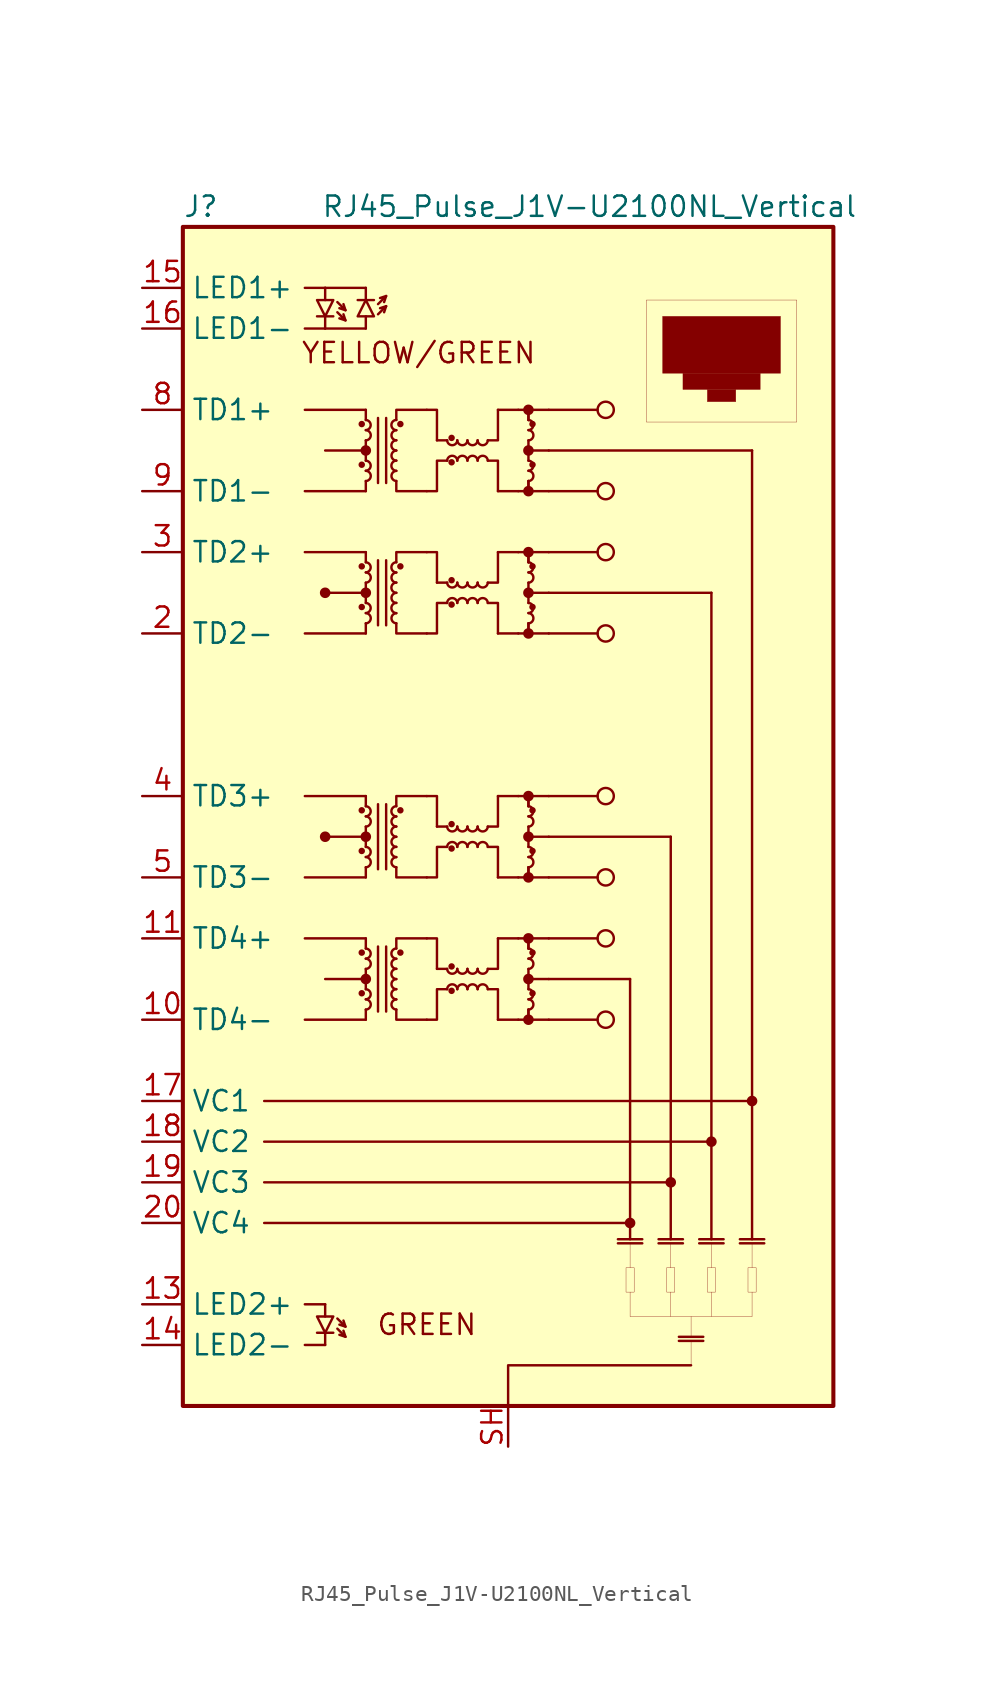
<source format=kicad_sym>
(kicad_symbol_lib
  (version 20241209)
  (generator "kicad_symbol_editor")
  (generator_version "9.0")
  (symbol "RJ45_Pulse_J1V-U2100NL_Vertical"
    (property "Reference" "J"
      (at -20.32 38.1 0)
      (effects (font (size 1.27 1.27)) (justify left)))
    (property "Value" "RJ45_Pulse_J1V-U2100NL_Vertical"
      (at 5.08 38.1 0)
      (effects (font (size 1.27 1.27))))
    (symbol "RJ45_Pulse_J1V-U2100NL_Vertical_0_0"
      (rectangle (start 7.366 -28.194) (end 7.874 -29.718) (stroke (width 0.001) (type default)) (fill (type none)))
      (polyline (pts (xy 7.62 -26.67) (xy 7.62 -28.194)) (stroke (width 0.001) (type default)) (fill (type none)))
      (polyline (pts (xy 7.62 -29.718) (xy 7.62 -31.242)) (stroke (width 0.001) (type default)) (fill (type none)))
      (polyline (pts (xy 7.62 -31.242) (xy 15.24 -31.242)) (stroke (width 0.001) (type default)) (fill (type none)))
      (rectangle (start 8.636 32.258) (end 18.034 24.638) (stroke (width 0.001) (type default)) (fill (type none)))
      (rectangle (start 9.652 31.242) (end 17.018 27.686) (stroke (width 0.001) (type default)) (fill (type outline)))
      (rectangle (start 9.906 -28.194) (end 10.414 -29.718) (stroke (width 0.001) (type default)) (fill (type none)))
      (polyline (pts (xy 10.16 -26.67) (xy 10.16 -28.194)) (stroke (width 0.001) (type default)) (fill (type none)))
      (polyline (pts (xy 10.16 -29.718) (xy 10.16 -31.242)) (stroke (width 0.001) (type default)) (fill (type none)))
      (rectangle (start 10.922 27.686) (end 15.748 26.67) (stroke (width 0.001) (type default)) (fill (type outline)))
      (polyline (pts (xy 11.43 -32.512) (xy 11.43 -31.242)) (stroke (width 0.001) (type default)) (fill (type none)))
      (polyline (pts (xy 11.43 -34.29) (xy 11.43 -32.766)) (stroke (width 0.001) (type default)) (fill (type none)))
      (rectangle (start 12.446 26.67) (end 14.224 25.908) (stroke (width 0.001) (type default)) (fill (type outline)))
      (rectangle (start 12.446 -28.194) (end 12.954 -29.718) (stroke (width 0.001) (type default)) (fill (type none)))
      (polyline (pts (xy 12.7 -26.67) (xy 12.7 -28.194)) (stroke (width 0.001) (type default)) (fill (type none)))
      (polyline (pts (xy 12.7 -29.718) (xy 12.7 -31.242)) (stroke (width 0.001) (type default)) (fill (type none)))
      (rectangle (start 14.986 -28.194) (end 15.494 -29.718) (stroke (width 0.001) (type default)) (fill (type none)))
      (polyline (pts (xy 15.24 -26.67) (xy 15.24 -28.194)) (stroke (width 0.001) (type default)) (fill (type none)))
      (polyline (pts (xy 15.24 -29.718) (xy 15.24 -31.242)) (stroke (width 0.001) (type default)) (fill (type none))))
    (symbol "RJ45_Pulse_J1V-U2100NL_Vertical_0_1"
      (rectangle (start -20.32 36.83) (end 20.32 -36.83) (stroke (width 0.254) (type default)) (fill (type background)))
      (polyline (pts (xy -15.24 -17.78) (xy 15.24 -17.78)) (stroke (width 0) (type default)) (fill (type none)))
      (polyline (pts (xy -15.24 -20.32) (xy 12.7 -20.32)) (stroke (width 0) (type default)) (fill (type none)))
      (polyline (pts (xy -15.24 -22.86) (xy 10.16 -22.86)) (stroke (width 0) (type default)) (fill (type none)))
      (polyline (pts (xy -15.24 -25.4) (xy 7.62 -25.4)) (stroke (width 0) (type default)) (fill (type none)))
      (polyline (pts (xy -12.7 25.4) (xy -8.89 25.4)) (stroke (width 0) (type default)) (fill (type none)))
      (polyline (pts (xy -12.7 20.32) (xy -8.89 20.32)) (stroke (width 0) (type default)) (fill (type none)))
      (polyline (pts (xy -12.7 16.51) (xy -8.89 16.51)) (stroke (width 0) (type default)) (fill (type none)))
      (polyline (pts (xy -12.7 11.43) (xy -8.89 11.43)) (stroke (width 0) (type default)) (fill (type none)))
      (polyline (pts (xy -12.7 1.27) (xy -8.89 1.27)) (stroke (width 0) (type default)) (fill (type none)))
      (polyline (pts (xy -12.7 -3.81) (xy -8.89 -3.81)) (stroke (width 0) (type default)) (fill (type none)))
      (polyline (pts (xy -12.7 -7.62) (xy -8.89 -7.62)) (stroke (width 0) (type default)) (fill (type none)))
      (polyline (pts (xy -12.7 -12.7) (xy -8.89 -12.7)) (stroke (width 0) (type default)) (fill (type none)))
      (polyline (pts (xy -11.43 22.86) (xy -8.89 22.86)) (stroke (width 0) (type default)) (fill (type none)))
      (circle (center -11.43 13.97) (radius 0.254) (stroke (width 0) (type default)) (fill (type outline)))
      (polyline (pts (xy -11.43 13.97) (xy -8.89 13.97)) (stroke (width 0) (type default)) (fill (type none)))
      (circle (center -11.43 -1.27) (radius 0.254) (stroke (width 0) (type default)) (fill (type outline)))
      (polyline (pts (xy -11.43 -1.27) (xy -8.89 -1.27)) (stroke (width 0) (type default)) (fill (type none)))
      (polyline (pts (xy -11.43 -10.16) (xy -8.89 -10.16)) (stroke (width 0) (type default)) (fill (type none)))
      (circle (center -9.144 24.511) (radius 0.127) (stroke (width 0) (type default)) (fill (type outline)))
      (circle (center -9.144 21.971) (radius 0.127) (stroke (width 0) (type default)) (fill (type outline)))
      (circle (center -9.144 15.621) (radius 0.127) (stroke (width 0) (type default)) (fill (type outline)))
      (circle (center -9.144 13.081) (radius 0.127) (stroke (width 0) (type default)) (fill (type outline)))
      (circle (center -9.144 0.381) (radius 0.127) (stroke (width 0) (type default)) (fill (type outline)))
      (circle (center -9.144 -2.159) (radius 0.127) (stroke (width 0) (type default)) (fill (type outline)))
      (circle (center -9.144 -8.509) (radius 0.127) (stroke (width 0) (type default)) (fill (type outline)))
      (circle (center -9.144 -11.049) (radius 0.127) (stroke (width 0) (type default)) (fill (type outline)))
      (arc (start -8.89 24.765) (mid -8.5849 24.4475) (end -8.89 24.13) (stroke (width 0) (type default)) (fill (type none)))
      (arc (start -8.89 24.13) (mid -8.5849 23.8125) (end -8.89 23.495) (stroke (width 0) (type default)) (fill (type none)))
      (arc (start -8.89 22.225) (mid -8.5849 21.9075) (end -8.89 21.59) (stroke (width 0) (type default)) (fill (type none)))
      (arc (start -8.89 21.59) (mid -8.5849 21.2725) (end -8.89 20.955) (stroke (width 0) (type default)) (fill (type none)))
      (arc (start -8.89 15.875) (mid -8.5849 15.5575) (end -8.89 15.24) (stroke (width 0) (type default)) (fill (type none)))
      (arc (start -8.89 15.24) (mid -8.5849 14.9225) (end -8.89 14.605) (stroke (width 0) (type default)) (fill (type none)))
      (arc (start -8.89 13.335) (mid -8.5849 13.0175) (end -8.89 12.7) (stroke (width 0) (type default)) (fill (type none)))
      (arc (start -8.89 12.7) (mid -8.5849 12.3825) (end -8.89 12.065) (stroke (width 0) (type default)) (fill (type none)))
      (arc (start -8.89 0.635) (mid -8.5849 0.3175) (end -8.89 0) (stroke (width 0) (type default)) (fill (type none)))
      (arc (start -8.89 0) (mid -8.5849 -0.3175) (end -8.89 -0.635) (stroke (width 0) (type default)) (fill (type none)))
      (arc (start -8.89 -1.905) (mid -8.5849 -2.2225) (end -8.89 -2.54) (stroke (width 0) (type default)) (fill (type none)))
      (arc (start -8.89 -2.54) (mid -8.5849 -2.8575) (end -8.89 -3.175) (stroke (width 0) (type default)) (fill (type none)))
      (arc (start -8.89 -8.255) (mid -8.5849 -8.5725) (end -8.89 -8.89) (stroke (width 0) (type default)) (fill (type none)))
      (arc (start -8.89 -8.89) (mid -8.5849 -9.2075) (end -8.89 -9.525) (stroke (width 0) (type default)) (fill (type none)))
      (arc (start -8.89 -10.795) (mid -8.5849 -11.1125) (end -8.89 -11.43) (stroke (width 0) (type default)) (fill (type none)))
      (arc (start -8.89 -11.43) (mid -8.5849 -11.7475) (end -8.89 -12.065) (stroke (width 0) (type default)) (fill (type none)))
      (polyline (pts (xy -8.89 25.4) (xy -8.89 24.765)) (stroke (width 0) (type default)) (fill (type none)))
      (circle (center -8.89 22.86) (radius 0.254) (stroke (width 0) (type default)) (fill (type outline)))
      (polyline (pts (xy -8.89 22.86) (xy -8.89 23.495)) (stroke (width 0) (type default)) (fill (type none)))
      (polyline (pts (xy -8.89 22.86) (xy -8.89 22.225)) (stroke (width 0) (type default)) (fill (type none)))
      (polyline (pts (xy -8.89 20.32) (xy -8.89 20.955)) (stroke (width 0) (type default)) (fill (type none)))
      (polyline (pts (xy -8.89 16.51) (xy -8.89 15.875)) (stroke (width 0) (type default)) (fill (type none)))
      (circle (center -8.89 13.97) (radius 0.254) (stroke (width 0) (type default)) (fill (type outline)))
      (polyline (pts (xy -8.89 13.97) (xy -8.89 14.605)) (stroke (width 0) (type default)) (fill (type none)))
      (polyline (pts (xy -8.89 13.97) (xy -8.89 13.335)) (stroke (width 0) (type default)) (fill (type none)))
      (polyline (pts (xy -8.89 11.43) (xy -8.89 12.065)) (stroke (width 0) (type default)) (fill (type none)))
      (polyline (pts (xy -8.89 1.27) (xy -8.89 0.635)) (stroke (width 0) (type default)) (fill (type none)))
      (circle (center -8.89 -1.27) (radius 0.254) (stroke (width 0) (type default)) (fill (type outline)))
      (polyline (pts (xy -8.89 -1.27) (xy -8.89 -0.635)) (stroke (width 0) (type default)) (fill (type none)))
      (polyline (pts (xy -8.89 -1.27) (xy -8.89 -1.905)) (stroke (width 0) (type default)) (fill (type none)))
      (polyline (pts (xy -8.89 -3.81) (xy -8.89 -3.175)) (stroke (width 0) (type default)) (fill (type none)))
      (polyline (pts (xy -8.89 -7.62) (xy -8.89 -8.255)) (stroke (width 0) (type default)) (fill (type none)))
      (circle (center -8.89 -10.16) (radius 0.254) (stroke (width 0) (type default)) (fill (type outline)))
      (polyline (pts (xy -8.89 -10.16) (xy -8.89 -9.525)) (stroke (width 0) (type default)) (fill (type none)))
      (polyline (pts (xy -8.89 -10.16) (xy -8.89 -10.795)) (stroke (width 0) (type default)) (fill (type none)))
      (polyline (pts (xy -8.89 -12.7) (xy -8.89 -12.065)) (stroke (width 0) (type default)) (fill (type none)))
      (polyline (pts (xy -8.128 20.828) (xy -8.128 24.892)) (stroke (width 0) (type default)) (fill (type none)))
      (polyline (pts (xy -8.128 11.938) (xy -8.128 16.002)) (stroke (width 0) (type default)) (fill (type none)))
      (polyline (pts (xy -8.128 -3.302) (xy -8.128 0.762)) (stroke (width 0) (type default)) (fill (type none)))
      (polyline (pts (xy -8.128 -12.192) (xy -8.128 -8.128)) (stroke (width 0) (type default)) (fill (type none)))
      (polyline (pts (xy -7.62 20.828) (xy -7.62 24.892)) (stroke (width 0) (type default)) (fill (type none)))
      (polyline (pts (xy -7.62 11.938) (xy -7.62 16.002)) (stroke (width 0) (type default)) (fill (type none)))
      (polyline (pts (xy -7.62 -3.302) (xy -7.62 0.762)) (stroke (width 0) (type default)) (fill (type none)))
      (polyline (pts (xy -7.62 -12.192) (xy -7.62 -8.128)) (stroke (width 0) (type default)) (fill (type none)))
      (polyline (pts (xy -6.985 24.765) (xy -6.985 25.4) (xy -5.08 25.4)) (stroke (width 0) (type default)) (fill (type none)))
      (polyline (pts (xy -6.985 20.955) (xy -6.985 20.32) (xy -5.08 20.32)) (stroke (width 0) (type default)) (fill (type none)))
      (polyline (pts (xy -6.985 15.875) (xy -6.985 16.51) (xy -5.08 16.51)) (stroke (width 0) (type default)) (fill (type none)))
      (polyline (pts (xy -6.985 12.065) (xy -6.985 11.43) (xy -5.08 11.43)) (stroke (width 0) (type default)) (fill (type none)))
      (polyline (pts (xy -6.985 0.635) (xy -6.985 1.27) (xy -5.08 1.27)) (stroke (width 0) (type default)) (fill (type none)))
      (polyline (pts (xy -6.985 -3.175) (xy -6.985 -3.81) (xy -5.08 -3.81)) (stroke (width 0) (type default)) (fill (type none)))
      (polyline (pts (xy -6.985 -8.255) (xy -6.985 -7.62) (xy -5.08 -7.62)) (stroke (width 0) (type default)) (fill (type none)))
      (polyline (pts (xy -6.985 -12.065) (xy -6.985 -12.7) (xy -5.08 -12.7)) (stroke (width 0) (type default)) (fill (type none)))
      (arc (start -6.985 24.13) (mid -7.2901 24.4475) (end -6.985 24.765) (stroke (width 0) (type default)) (fill (type none)))
      (arc (start -6.985 23.495) (mid -7.2901 23.8125) (end -6.985 24.13) (stroke (width 0) (type default)) (fill (type none)))
      (arc (start -6.985 22.86) (mid -7.2901 23.1775) (end -6.985 23.495) (stroke (width 0) (type default)) (fill (type none)))
      (arc (start -6.985 22.225) (mid -7.2901 22.5425) (end -6.985 22.86) (stroke (width 0) (type default)) (fill (type none)))
      (arc (start -6.985 21.59) (mid -7.2901 21.9075) (end -6.985 22.225) (stroke (width 0) (type default)) (fill (type none)))
      (arc (start -6.985 20.955) (mid -7.2901 21.2725) (end -6.985 21.59) (stroke (width 0) (type default)) (fill (type none)))
      (arc (start -6.985 15.24) (mid -7.2901 15.5575) (end -6.985 15.875) (stroke (width 0) (type default)) (fill (type none)))
      (arc (start -6.985 14.605) (mid -7.2901 14.9225) (end -6.985 15.24) (stroke (width 0) (type default)) (fill (type none)))
      (arc (start -6.985 13.97) (mid -7.2901 14.2875) (end -6.985 14.605) (stroke (width 0) (type default)) (fill (type none)))
      (arc (start -6.985 13.335) (mid -7.2901 13.6525) (end -6.985 13.97) (stroke (width 0) (type default)) (fill (type none)))
      (arc (start -6.985 12.7) (mid -7.2901 13.0175) (end -6.985 13.335) (stroke (width 0) (type default)) (fill (type none)))
      (arc (start -6.985 12.065) (mid -7.2901 12.3825) (end -6.985 12.7) (stroke (width 0) (type default)) (fill (type none)))
      (arc (start -6.985 0) (mid -7.2901 0.3175) (end -6.985 0.635) (stroke (width 0) (type default)) (fill (type none)))
      (arc (start -6.985 -0.635) (mid -7.2901 -0.3175) (end -6.985 0) (stroke (width 0) (type default)) (fill (type none)))
      (arc (start -6.985 -1.27) (mid -7.2901 -0.9525) (end -6.985 -0.635) (stroke (width 0) (type default)) (fill (type none)))
      (arc (start -6.985 -1.905) (mid -7.2901 -1.5875) (end -6.985 -1.27) (stroke (width 0) (type default)) (fill (type none)))
      (arc (start -6.985 -2.54) (mid -7.2901 -2.2225) (end -6.985 -1.905) (stroke (width 0) (type default)) (fill (type none)))
      (arc (start -6.985 -3.175) (mid -7.2901 -2.8575) (end -6.985 -2.54) (stroke (width 0) (type default)) (fill (type none)))
      (arc (start -6.985 -8.89) (mid -7.2901 -8.5725) (end -6.985 -8.255) (stroke (width 0) (type default)) (fill (type none)))
      (arc (start -6.985 -9.525) (mid -7.2901 -9.2075) (end -6.985 -8.89) (stroke (width 0) (type default)) (fill (type none)))
      (arc (start -6.985 -10.16) (mid -7.2901 -9.8425) (end -6.985 -9.525) (stroke (width 0) (type default)) (fill (type none)))
      (arc (start -6.985 -10.795) (mid -7.2901 -10.4775) (end -6.985 -10.16) (stroke (width 0) (type default)) (fill (type none)))
      (arc (start -6.985 -11.43) (mid -7.2901 -11.1125) (end -6.985 -10.795) (stroke (width 0) (type default)) (fill (type none)))
      (arc (start -6.985 -12.065) (mid -7.2901 -11.7475) (end -6.985 -11.43) (stroke (width 0) (type default)) (fill (type none)))
      (circle (center -6.731 24.511) (radius 0.127) (stroke (width 0) (type default)) (fill (type outline)))
      (circle (center -6.731 15.621) (radius 0.127) (stroke (width 0) (type default)) (fill (type outline)))
      (circle (center -6.731 0.381) (radius 0.127) (stroke (width 0) (type default)) (fill (type outline)))
      (circle (center -6.731 -8.509) (radius 0.127) (stroke (width 0) (type default)) (fill (type outline)))
      (polyline (pts (xy -5.08 25.4) (xy -4.445 25.4) (xy -4.445 23.495)) (stroke (width 0) (type default)) (fill (type none)))
      (polyline (pts (xy -5.08 20.32) (xy -4.445 20.32) (xy -4.445 22.225) (xy -3.81 22.225)) (stroke (width 0) (type default)) (fill (type none)))
      (polyline (pts (xy -5.08 16.51) (xy -4.445 16.51) (xy -4.445 14.605)) (stroke (width 0) (type default)) (fill (type none)))
      (polyline (pts (xy -5.08 11.43) (xy -4.445 11.43) (xy -4.445 13.335) (xy -3.81 13.335)) (stroke (width 0) (type default)) (fill (type none)))
      (polyline (pts (xy -5.08 1.27) (xy -4.445 1.27) (xy -4.445 -0.635)) (stroke (width 0) (type default)) (fill (type none)))
      (polyline (pts (xy -5.08 -3.81) (xy -4.445 -3.81) (xy -4.445 -1.905) (xy -3.81 -1.905)) (stroke (width 0) (type default)) (fill (type none)))
      (polyline (pts (xy -5.08 -7.62) (xy -4.445 -7.62) (xy -4.445 -9.525)) (stroke (width 0) (type default)) (fill (type none)))
      (polyline (pts (xy -5.08 -12.7) (xy -4.445 -12.7) (xy -4.445 -10.795) (xy -3.81 -10.795)) (stroke (width 0) (type default)) (fill (type none)))
      (polyline (pts (xy -4.445 23.495) (xy -3.81 23.495)) (stroke (width 0) (type default)) (fill (type none)))
      (polyline (pts (xy -4.445 14.605) (xy -3.81 14.605)) (stroke (width 0) (type default)) (fill (type none)))
      (polyline (pts (xy -4.445 -0.635) (xy -3.81 -0.635)) (stroke (width 0) (type default)) (fill (type none)))
      (polyline (pts (xy -4.445 -9.525) (xy -3.81 -9.525)) (stroke (width 0) (type default)) (fill (type none)))
      (circle (center -3.531 23.647) (radius 0.127) (stroke (width 0) (type default)) (fill (type outline)))
      (circle (center -3.531 22.123) (radius 0.127) (stroke (width 0) (type default)) (fill (type outline)))
      (circle (center -3.531 14.757) (radius 0.127) (stroke (width 0) (type default)) (fill (type outline)))
      (circle (center -3.531 13.233) (radius 0.127) (stroke (width 0) (type default)) (fill (type outline)))
      (circle (center -3.531 -0.483) (radius 0.127) (stroke (width 0) (type default)) (fill (type outline)))
      (circle (center -3.531 -2.007) (radius 0.127) (stroke (width 0) (type default)) (fill (type outline)))
      (circle (center -3.531 -9.373) (radius 0.127) (stroke (width 0) (type default)) (fill (type outline)))
      (circle (center -3.531 -10.897) (radius 0.127) (stroke (width 0) (type default)) (fill (type outline)))
      (arc (start -3.175 23.495) (mid -3.4925 23.1899) (end -3.81 23.495) (stroke (width 0) (type default)) (fill (type none)))
      (arc (start -3.81 22.225) (mid -3.4925 22.5301) (end -3.175 22.225) (stroke (width 0) (type default)) (fill (type none)))
      (arc (start -3.175 14.605) (mid -3.4925 14.2999) (end -3.81 14.605) (stroke (width 0) (type default)) (fill (type none)))
      (arc (start -3.81 13.335) (mid -3.4925 13.6401) (end -3.175 13.335) (stroke (width 0) (type default)) (fill (type none)))
      (arc (start -3.175 -0.635) (mid -3.4925 -0.9401) (end -3.81 -0.635) (stroke (width 0) (type default)) (fill (type none)))
      (arc (start -3.81 -1.905) (mid -3.4925 -1.5999) (end -3.175 -1.905) (stroke (width 0) (type default)) (fill (type none)))
      (arc (start -3.175 -9.525) (mid -3.4925 -9.8301) (end -3.81 -9.525) (stroke (width 0) (type default)) (fill (type none)))
      (arc (start -3.81 -10.795) (mid -3.4925 -10.4899) (end -3.175 -10.795) (stroke (width 0) (type default)) (fill (type none)))
      (arc (start -2.54 23.495) (mid -2.8575 23.1899) (end -3.175 23.495) (stroke (width 0) (type default)) (fill (type none)))
      (arc (start -3.175 22.225) (mid -2.8575 22.5301) (end -2.54 22.225) (stroke (width 0) (type default)) (fill (type none)))
      (arc (start -2.54 14.605) (mid -2.8575 14.2999) (end -3.175 14.605) (stroke (width 0) (type default)) (fill (type none)))
      (arc (start -3.175 13.335) (mid -2.8575 13.6401) (end -2.54 13.335) (stroke (width 0) (type default)) (fill (type none)))
      (arc (start -2.54 -0.635) (mid -2.8575 -0.9401) (end -3.175 -0.635) (stroke (width 0) (type default)) (fill (type none)))
      (arc (start -3.175 -1.905) (mid -2.8575 -1.5999) (end -2.54 -1.905) (stroke (width 0) (type default)) (fill (type none)))
      (arc (start -2.54 -9.525) (mid -2.8575 -9.8301) (end -3.175 -9.525) (stroke (width 0) (type default)) (fill (type none)))
      (arc (start -3.175 -10.795) (mid -2.8575 -10.4899) (end -2.54 -10.795) (stroke (width 0) (type default)) (fill (type none)))
      (arc (start -1.905 23.495) (mid -2.2225 23.1899) (end -2.54 23.495) (stroke (width 0) (type default)) (fill (type none)))
      (arc (start -2.54 22.225) (mid -2.2225 22.5301) (end -1.905 22.225) (stroke (width 0) (type default)) (fill (type none)))
      (arc (start -1.905 14.605) (mid -2.2225 14.2999) (end -2.54 14.605) (stroke (width 0) (type default)) (fill (type none)))
      (arc (start -2.54 13.335) (mid -2.2225 13.6401) (end -1.905 13.335) (stroke (width 0) (type default)) (fill (type none)))
      (arc (start -1.905 -0.635) (mid -2.2225 -0.9401) (end -2.54 -0.635) (stroke (width 0) (type default)) (fill (type none)))
      (arc (start -2.54 -1.905) (mid -2.2225 -1.5999) (end -1.905 -1.905) (stroke (width 0) (type default)) (fill (type none)))
      (arc (start -1.905 -9.525) (mid -2.2225 -9.8301) (end -2.54 -9.525) (stroke (width 0) (type default)) (fill (type none)))
      (arc (start -2.54 -10.795) (mid -2.2225 -10.4899) (end -1.905 -10.795) (stroke (width 0) (type default)) (fill (type none)))
      (arc (start -1.27 23.495) (mid -1.5875 23.1899) (end -1.905 23.495) (stroke (width 0) (type default)) (fill (type none)))
      (arc (start -1.905 22.225) (mid -1.5875 22.5301) (end -1.27 22.225) (stroke (width 0) (type default)) (fill (type none)))
      (arc (start -1.27 14.605) (mid -1.5875 14.2999) (end -1.905 14.605) (stroke (width 0) (type default)) (fill (type none)))
      (arc (start -1.905 13.335) (mid -1.5875 13.6401) (end -1.27 13.335) (stroke (width 0) (type default)) (fill (type none)))
      (arc (start -1.27 -0.635) (mid -1.5875 -0.9401) (end -1.905 -0.635) (stroke (width 0) (type default)) (fill (type none)))
      (arc (start -1.905 -1.905) (mid -1.5875 -1.5999) (end -1.27 -1.905) (stroke (width 0) (type default)) (fill (type none)))
      (arc (start -1.27 -9.525) (mid -1.5875 -9.8301) (end -1.905 -9.525) (stroke (width 0) (type default)) (fill (type none)))
      (arc (start -1.905 -10.795) (mid -1.5875 -10.4899) (end -1.27 -10.795) (stroke (width 0) (type default)) (fill (type none)))
      (polyline (pts (xy -1.27 23.495) (xy -0.635 23.495) (xy -0.635 25.4)) (stroke (width 0) (type default)) (fill (type none)))
      (polyline (pts (xy -1.27 22.225) (xy -0.635 22.225) (xy -0.635 20.32)) (stroke (width 0) (type default)) (fill (type none)))
      (polyline (pts (xy -1.27 14.605) (xy -0.635 14.605) (xy -0.635 16.51)) (stroke (width 0) (type default)) (fill (type none)))
      (polyline (pts (xy -1.27 13.335) (xy -0.635 13.335) (xy -0.635 11.43)) (stroke (width 0) (type default)) (fill (type none)))
      (polyline (pts (xy -1.27 -0.635) (xy -0.635 -0.635) (xy -0.635 1.27)) (stroke (width 0) (type default)) (fill (type none)))
      (polyline (pts (xy -1.27 -1.905) (xy -0.635 -1.905) (xy -0.635 -3.81)) (stroke (width 0) (type default)) (fill (type none)))
      (polyline (pts (xy -1.27 -9.525) (xy -0.635 -9.525) (xy -0.635 -7.62)) (stroke (width 0) (type default)) (fill (type none)))
      (polyline (pts (xy -1.27 -10.795) (xy -0.635 -10.795) (xy -0.635 -12.7)) (stroke (width 0) (type default)) (fill (type none)))
      (polyline (pts (xy -0.635 25.4) (xy 0.635 25.4)) (stroke (width 0) (type default)) (fill (type none)))
      (polyline (pts (xy -0.635 20.32) (xy 0.635 20.32)) (stroke (width 0) (type default)) (fill (type none)))
      (polyline (pts (xy -0.635 16.51) (xy 0.635 16.51)) (stroke (width 0) (type default)) (fill (type none)))
      (polyline (pts (xy -0.635 11.43) (xy 0.635 11.43)) (stroke (width 0) (type default)) (fill (type none)))
      (polyline (pts (xy -0.635 1.27) (xy 0.635 1.27)) (stroke (width 0) (type default)) (fill (type none)))
      (polyline (pts (xy -0.635 -3.81) (xy 0.635 -3.81)) (stroke (width 0) (type default)) (fill (type none)))
      (polyline (pts (xy -0.635 -7.62) (xy 0.635 -7.62)) (stroke (width 0) (type default)) (fill (type none)))
      (polyline (pts (xy -0.635 -12.7) (xy 0.635 -12.7)) (stroke (width 0) (type default)) (fill (type none)))
      (polyline (pts (xy 0.635 25.4) (xy 1.27 25.4) (xy 1.27 24.765)) (stroke (width 0) (type default)) (fill (type none)))
      (polyline (pts (xy 0.635 20.32) (xy 1.27 20.32) (xy 1.27 20.955)) (stroke (width 0) (type default)) (fill (type none)))
      (polyline (pts (xy 0.635 16.51) (xy 1.27 16.51) (xy 1.27 15.875)) (stroke (width 0) (type default)) (fill (type none)))
      (polyline (pts (xy 0.635 11.43) (xy 1.27 11.43) (xy 1.27 12.065)) (stroke (width 0) (type default)) (fill (type none)))
      (polyline (pts (xy 0.635 1.27) (xy 1.27 1.27) (xy 1.27 0.635)) (stroke (width 0) (type default)) (fill (type none)))
      (polyline (pts (xy 0.635 -3.81) (xy 1.27 -3.81) (xy 1.27 -3.175)) (stroke (width 0) (type default)) (fill (type none)))
      (polyline (pts (xy 0.635 -7.62) (xy 1.27 -7.62) (xy 1.27 -8.255)) (stroke (width 0) (type default)) (fill (type none)))
      (polyline (pts (xy 0.635 -12.7) (xy 1.27 -12.7) (xy 1.27 -12.065)) (stroke (width 0) (type default)) (fill (type none)))
      (arc (start 1.27 24.765) (mid 1.5751 24.4475) (end 1.27 24.13) (stroke (width 0) (type default)) (fill (type none)))
      (arc (start 1.27 24.13) (mid 1.5751 23.8125) (end 1.27 23.495) (stroke (width 0) (type default)) (fill (type none)))
      (arc (start 1.27 22.225) (mid 1.5751 21.9075) (end 1.27 21.59) (stroke (width 0) (type default)) (fill (type none)))
      (arc (start 1.27 21.59) (mid 1.5751 21.2725) (end 1.27 20.955) (stroke (width 0) (type default)) (fill (type none)))
      (arc (start 1.27 15.875) (mid 1.5751 15.5575) (end 1.27 15.24) (stroke (width 0) (type default)) (fill (type none)))
      (arc (start 1.27 15.24) (mid 1.5751 14.9225) (end 1.27 14.605) (stroke (width 0) (type default)) (fill (type none)))
      (arc (start 1.27 13.335) (mid 1.5751 13.0175) (end 1.27 12.7) (stroke (width 0) (type default)) (fill (type none)))
      (arc (start 1.27 12.7) (mid 1.5751 12.3825) (end 1.27 12.065) (stroke (width 0) (type default)) (fill (type none)))
      (arc (start 1.27 0.635) (mid 1.5751 0.3175) (end 1.27 0) (stroke (width 0) (type default)) (fill (type none)))
      (arc (start 1.27 0) (mid 1.5751 -0.3175) (end 1.27 -0.635) (stroke (width 0) (type default)) (fill (type none)))
      (arc (start 1.27 -1.905) (mid 1.5751 -2.2225) (end 1.27 -2.54) (stroke (width 0) (type default)) (fill (type none)))
      (arc (start 1.27 -2.54) (mid 1.5751 -2.8575) (end 1.27 -3.175) (stroke (width 0) (type default)) (fill (type none)))
      (arc (start 1.27 -8.255) (mid 1.5751 -8.5725) (end 1.27 -8.89) (stroke (width 0) (type default)) (fill (type none)))
      (arc (start 1.27 -8.89) (mid 1.5751 -9.2075) (end 1.27 -9.525) (stroke (width 0) (type default)) (fill (type none)))
      (arc (start 1.27 -10.795) (mid 1.5751 -11.1125) (end 1.27 -11.43) (stroke (width 0) (type default)) (fill (type none)))
      (arc (start 1.27 -11.43) (mid 1.5751 -11.7475) (end 1.27 -12.065) (stroke (width 0) (type default)) (fill (type none)))
      (polyline (pts (xy 1.27 25.4) (xy 1.27 24.765)) (stroke (width 0) (type default)) (fill (type none)))
      (circle (center 1.27 25.4) (radius 0.254) (stroke (width 0) (type default)) (fill (type outline)))
      (polyline (pts (xy 1.27 22.86) (xy 1.27 23.495)) (stroke (width 0) (type default)) (fill (type none)))
      (polyline (pts (xy 1.27 22.86) (xy 1.27 22.225)) (stroke (width 0) (type default)) (fill (type none)))
      (circle (center 1.27 22.86) (radius 0.254) (stroke (width 0) (type default)) (fill (type outline)))
      (polyline (pts (xy 1.27 20.32) (xy 1.27 20.955)) (stroke (width 0) (type default)) (fill (type none)))
      (circle (center 1.27 20.32) (radius 0.254) (stroke (width 0) (type default)) (fill (type outline)))
      (polyline (pts (xy 1.27 16.51) (xy 1.27 15.875)) (stroke (width 0) (type default)) (fill (type none)))
      (circle (center 1.27 16.51) (radius 0.254) (stroke (width 0) (type default)) (fill (type outline)))
      (polyline (pts (xy 1.27 13.97) (xy 1.27 14.605)) (stroke (width 0) (type default)) (fill (type none)))
      (polyline (pts (xy 1.27 13.97) (xy 1.27 13.335)) (stroke (width 0) (type default)) (fill (type none)))
      (circle (center 1.27 13.97) (radius 0.254) (stroke (width 0) (type default)) (fill (type outline)))
      (polyline (pts (xy 1.27 11.43) (xy 1.27 12.065)) (stroke (width 0) (type default)) (fill (type none)))
      (circle (center 1.27 11.43) (radius 0.254) (stroke (width 0) (type default)) (fill (type outline)))
      (polyline (pts (xy 1.27 1.27) (xy 1.27 0.635)) (stroke (width 0) (type default)) (fill (type none)))
      (circle (center 1.27 1.27) (radius 0.254) (stroke (width 0) (type default)) (fill (type outline)))
      (polyline (pts (xy 1.27 -1.27) (xy 1.27 -0.635)) (stroke (width 0) (type default)) (fill (type none)))
      (polyline (pts (xy 1.27 -1.27) (xy 1.27 -1.905)) (stroke (width 0) (type default)) (fill (type none)))
      (circle (center 1.27 -1.27) (radius 0.254) (stroke (width 0) (type default)) (fill (type outline)))
      (polyline (pts (xy 1.27 -3.81) (xy 1.27 -3.175)) (stroke (width 0) (type default)) (fill (type none)))
      (circle (center 1.27 -3.81) (radius 0.254) (stroke (width 0) (type default)) (fill (type outline)))
      (polyline (pts (xy 1.27 -7.62) (xy 1.27 -8.255)) (stroke (width 0) (type default)) (fill (type none)))
      (circle (center 1.27 -7.62) (radius 0.254) (stroke (width 0) (type default)) (fill (type outline)))
      (polyline (pts (xy 1.27 -10.16) (xy 1.27 -9.525)) (stroke (width 0) (type default)) (fill (type none)))
      (polyline (pts (xy 1.27 -10.16) (xy 1.27 -10.795)) (stroke (width 0) (type default)) (fill (type none)))
      (circle (center 1.27 -10.16) (radius 0.254) (stroke (width 0) (type default)) (fill (type outline)))
      (polyline (pts (xy 1.27 -12.7) (xy 1.27 -12.065)) (stroke (width 0) (type default)) (fill (type none)))
      (circle (center 1.27 -12.7) (radius 0.254) (stroke (width 0) (type default)) (fill (type outline)))
      (circle (center 1.524 24.511) (radius 0.127) (stroke (width 0) (type default)) (fill (type outline)))
      (circle (center 1.524 21.971) (radius 0.127) (stroke (width 0) (type default)) (fill (type outline)))
      (circle (center 1.524 15.621) (radius 0.127) (stroke (width 0) (type default)) (fill (type outline)))
      (circle (center 1.524 13.081) (radius 0.127) (stroke (width 0) (type default)) (fill (type outline)))
      (circle (center 1.524 0.381) (radius 0.127) (stroke (width 0) (type default)) (fill (type outline)))
      (circle (center 1.524 -2.159) (radius 0.127) (stroke (width 0) (type default)) (fill (type outline)))
      (circle (center 1.524 -8.509) (radius 0.127) (stroke (width 0) (type default)) (fill (type outline)))
      (circle (center 1.524 -11.049) (radius 0.127) (stroke (width 0) (type default)) (fill (type outline)))
      (polyline (pts (xy 2.54 25.4) (xy 1.27 25.4)) (stroke (width 0) (type default)) (fill (type none)))
      (polyline (pts (xy 2.54 25.4) (xy 5.588 25.4)) (stroke (width 0) (type default)) (fill (type none)))
      (polyline (pts (xy 2.54 22.86) (xy 1.27 22.86)) (stroke (width 0) (type default)) (fill (type none)))
      (polyline (pts (xy 2.54 20.32) (xy 1.27 20.32)) (stroke (width 0) (type default)) (fill (type none)))
      (polyline (pts (xy 2.54 20.32) (xy 5.588 20.32)) (stroke (width 0) (type default)) (fill (type none)))
      (polyline (pts (xy 2.54 16.51) (xy 1.27 16.51)) (stroke (width 0) (type default)) (fill (type none)))
      (polyline (pts (xy 2.54 16.51) (xy 5.588 16.51)) (stroke (width 0) (type default)) (fill (type none)))
      (polyline (pts (xy 2.54 13.97) (xy 1.27 13.97)) (stroke (width 0) (type default)) (fill (type none)))
      (polyline (pts (xy 2.54 13.97) (xy 12.7 13.97)) (stroke (width 0) (type default)) (fill (type none)))
      (polyline (pts (xy 2.54 11.43) (xy 1.27 11.43)) (stroke (width 0) (type default)) (fill (type none)))
      (polyline (pts (xy 2.54 11.43) (xy 5.588 11.43)) (stroke (width 0) (type default)) (fill (type none)))
      (polyline (pts (xy 2.54 1.27) (xy 1.27 1.27)) (stroke (width 0) (type default)) (fill (type none)))
      (polyline (pts (xy 2.54 1.27) (xy 5.588 1.27)) (stroke (width 0) (type default)) (fill (type none)))
      (polyline (pts (xy 2.54 -1.27) (xy 1.27 -1.27)) (stroke (width 0) (type default)) (fill (type none)))
      (polyline (pts (xy 2.54 -1.27) (xy 10.16 -1.27)) (stroke (width 0) (type default)) (fill (type none)))
      (polyline (pts (xy 2.54 -3.81) (xy 1.27 -3.81)) (stroke (width 0) (type default)) (fill (type none)))
      (polyline (pts (xy 2.54 -3.81) (xy 5.588 -3.81)) (stroke (width 0) (type default)) (fill (type none)))
      (polyline (pts (xy 2.54 -7.62) (xy 1.27 -7.62)) (stroke (width 0) (type default)) (fill (type none)))
      (polyline (pts (xy 2.54 -7.62) (xy 5.588 -7.62)) (stroke (width 0) (type default)) (fill (type none)))
      (polyline (pts (xy 2.54 -10.16) (xy 1.27 -10.16)) (stroke (width 0) (type default)) (fill (type none)))
      (polyline (pts (xy 2.54 -10.16) (xy 7.62 -10.16)) (stroke (width 0) (type default)) (fill (type none)))
      (polyline (pts (xy 2.54 -12.7) (xy 1.27 -12.7)) (stroke (width 0) (type default)) (fill (type none)))
      (polyline (pts (xy 2.54 -12.7) (xy 5.588 -12.7)) (stroke (width 0) (type default)) (fill (type none)))
      (circle (center 6.096 25.4) (radius 0.508) (stroke (width 0) (type default)) (fill (type none)))
      (circle (center 6.096 20.32) (radius 0.508) (stroke (width 0) (type default)) (fill (type none)))
      (circle (center 6.096 16.51) (radius 0.508) (stroke (width 0) (type default)) (fill (type none)))
      (circle (center 6.096 11.43) (radius 0.508) (stroke (width 0) (type default)) (fill (type none)))
      (circle (center 6.096 1.27) (radius 0.508) (stroke (width 0) (type default)) (fill (type none)))
      (circle (center 6.096 -3.81) (radius 0.508) (stroke (width 0) (type default)) (fill (type none)))
      (circle (center 6.096 -7.62) (radius 0.508) (stroke (width 0) (type default)) (fill (type none)))
      (circle (center 6.096 -12.7) (radius 0.508) (stroke (width 0) (type default)) (fill (type none)))
      (circle (center 7.62 -25.4) (radius 0.254) (stroke (width 0) (type default)) (fill (type outline)))
      (polyline (pts (xy 7.62 -26.416) (xy 7.62 -10.16)) (stroke (width 0) (type default)) (fill (type none)))
      (polyline (pts (xy 8.382 -26.416) (xy 6.858 -26.416)) (stroke (width 0) (type default)) (fill (type none)))
      (polyline (pts (xy 8.382 -26.67) (xy 6.858 -26.67)) (stroke (width 0) (type default)) (fill (type none)))
      (circle (center 10.16 -22.86) (radius 0.254) (stroke (width 0) (type default)) (fill (type outline)))
      (polyline (pts (xy 10.16 -26.416) (xy 10.16 -1.27)) (stroke (width 0) (type default)) (fill (type none)))
      (polyline (pts (xy 10.922 -26.416) (xy 9.398 -26.416)) (stroke (width 0) (type default)) (fill (type none)))
      (polyline (pts (xy 10.922 -26.67) (xy 9.398 -26.67)) (stroke (width 0) (type default)) (fill (type none)))
      (polyline (pts (xy 11.43 -34.29) (xy 0 -34.29) (xy 0 -36.83)) (stroke (width 0) (type default)) (fill (type none)))
      (polyline (pts (xy 12.192 -32.512) (xy 10.668 -32.512)) (stroke (width 0) (type default)) (fill (type none)))
      (polyline (pts (xy 12.192 -32.766) (xy 10.668 -32.766)) (stroke (width 0) (type default)) (fill (type none)))
      (circle (center 12.7 -20.32) (radius 0.254) (stroke (width 0) (type default)) (fill (type outline)))
      (polyline (pts (xy 12.7 -26.416) (xy 12.7 13.97)) (stroke (width 0) (type default)) (fill (type none)))
      (polyline (pts (xy 13.462 -26.416) (xy 11.938 -26.416)) (stroke (width 0) (type default)) (fill (type none)))
      (polyline (pts (xy 13.462 -26.67) (xy 11.938 -26.67)) (stroke (width 0) (type default)) (fill (type none)))
      (polyline (pts (xy 15.24 22.86) (xy 2.54 22.86)) (stroke (width 0) (type default)) (fill (type none)))
      (circle (center 15.24 -17.78) (radius 0.254) (stroke (width 0) (type default)) (fill (type outline)))
      (polyline (pts (xy 15.24 -26.416) (xy 15.24 22.86)) (stroke (width 0) (type default)) (fill (type none)))
      (polyline (pts (xy 16.002 -26.416) (xy 14.478 -26.416)) (stroke (width 0) (type default)) (fill (type none)))
      (polyline (pts (xy 16.002 -26.67) (xy 14.478 -26.67)) (stroke (width 0) (type default)) (fill (type none))))
    (symbol "RJ45_Pulse_J1V-U2100NL_Vertical_1_0"
      (text "YELLOW/GREEN" (at -5.588 28.956 0) (effects (font (size 1.27 1.27))))
      (text "GREEN" (at -5.08 -31.75 0) (effects (font (size 1.27 1.27)))))
    (symbol "RJ45_Pulse_J1V-U2100NL_Vertical_1_1"
      (polyline (pts (xy -12.7 33.02) (xy -11.43 33.02)) (stroke (width 0) (type default)) (fill (type none)))
      (polyline (pts (xy -12.7 30.48) (xy -11.43 30.48)) (stroke (width 0) (type default)) (fill (type none)))
      (polyline (pts (xy -12.7 -30.48) (xy -11.43 -30.48)) (stroke (width 0) (type default)) (fill (type none)))
      (polyline (pts (xy -12.7 -33.02) (xy -11.43 -33.02)) (stroke (width 0) (type default)) (fill (type none)))
      (polyline (pts (xy -11.938 31.242) (xy -10.922 31.242)) (stroke (width 0) (type default)) (fill (type none)))
      (polyline (pts (xy -11.938 -32.258) (xy -10.922 -32.258)) (stroke (width 0) (type default)) (fill (type none)))
      (polyline (pts (xy -11.43 33.02) (xy -11.43 32.258)) (stroke (width 0) (type default)) (fill (type none)))
      (polyline (pts (xy -11.43 33.02) (xy -8.89 33.02)) (stroke (width 0) (type default)) (fill (type none)))
      (polyline (pts (xy -11.43 31.242) (xy -11.938 32.258) (xy -10.922 32.258) (xy -11.43 31.242)) (stroke (width 0) (type default)) (fill (type none)))
      (polyline (pts (xy -11.43 30.48) (xy -11.43 31.242)) (stroke (width 0) (type default)) (fill (type none)))
      (polyline (pts (xy -11.43 30.48) (xy -8.89 30.48)) (stroke (width 0) (type default)) (fill (type none)))
      (polyline (pts (xy -11.43 -30.48) (xy -11.43 -31.242)) (stroke (width 0) (type default)) (fill (type none)))
      (polyline (pts (xy -11.43 -32.258) (xy -11.938 -31.242) (xy -10.922 -31.242) (xy -11.43 -32.258)) (stroke (width 0) (type default)) (fill (type none)))
      (polyline (pts (xy -11.43 -33.02) (xy -11.43 -32.258)) (stroke (width 0) (type default)) (fill (type none)))
      (polyline (pts (xy -10.668 32.131) (xy -10.16 31.623) (xy -10.541 31.75)) (stroke (width 0) (type default)) (fill (type none)))
      (polyline (pts (xy -10.668 31.496) (xy -10.16 30.988) (xy -10.541 31.115)) (stroke (width 0) (type default)) (fill (type none)))
      (polyline (pts (xy -10.668 -31.369) (xy -10.16 -31.877) (xy -10.541 -31.75)) (stroke (width 0) (type default)) (fill (type none)))
      (polyline (pts (xy -10.668 -32.004) (xy -10.16 -32.512) (xy -10.541 -32.385)) (stroke (width 0) (type default)) (fill (type none)))
      (polyline (pts (xy -10.16 31.623) (xy -10.287 32.004)) (stroke (width 0) (type default)) (fill (type none)))
      (polyline (pts (xy -10.16 30.988) (xy -10.287 31.369)) (stroke (width 0) (type default)) (fill (type none)))
      (polyline (pts (xy -10.16 -31.877) (xy -10.287 -31.496)) (stroke (width 0) (type default)) (fill (type none)))
      (polyline (pts (xy -10.16 -32.512) (xy -10.287 -32.131)) (stroke (width 0) (type default)) (fill (type none)))
      (polyline (pts (xy -9.398 32.258) (xy -8.382 32.258)) (stroke (width 0) (type default)) (fill (type none)))
      (polyline (pts (xy -8.89 33.02) (xy -8.89 32.258)) (stroke (width 0) (type default)) (fill (type none)))
      (polyline (pts (xy -8.89 32.258) (xy -9.398 31.242) (xy -8.382 31.242) (xy -8.89 32.258)) (stroke (width 0) (type default)) (fill (type none)))
      (polyline (pts (xy -8.89 30.48) (xy -8.89 31.242)) (stroke (width 0) (type default)) (fill (type none)))
      (polyline (pts (xy -8.128 32.004) (xy -7.62 32.512) (xy -8.001 32.385)) (stroke (width 0) (type default)) (fill (type none)))
      (polyline (pts (xy -8.128 31.369) (xy -7.62 31.877) (xy -8.001 31.75)) (stroke (width 0) (type default)) (fill (type none)))
      (polyline (pts (xy -7.62 32.512) (xy -7.747 32.131)) (stroke (width 0) (type default)) (fill (type none)))
      (polyline (pts (xy -7.62 31.877) (xy -7.747 31.496)) (stroke (width 0) (type default)) (fill (type none)))
      (pin passive line (at -22.86 33.02 0) (length 2.54) (name "LED1+" (effects (font (size 1.27 1.27)))) (number "15" (effects (font (size 1.27 1.27)))))
      (pin passive line (at -22.86 30.48 0) (length 2.54) (name "LED1-" (effects (font (size 1.27 1.27)))) (number "16" (effects (font (size 1.27 1.27)))))
      (pin passive line (at -22.86 25.4 0) (length 2.54) (name "TD1+" (effects (font (size 1.27 1.27)))) (number "8" (effects (font (size 1.27 1.27)))))
      (pin passive line (at -22.86 22.86 0) (length 2.54) (hide yes) (name "MDCT1" (effects (font (size 1.27 1.27)))) (number "7" (effects (font (size 1.27 1.27)))))
      (pin passive line (at -22.86 20.32 0) (length 2.54) (name "TD1-" (effects (font (size 1.27 1.27)))) (number "9" (effects (font (size 1.27 1.27)))))
      (pin passive line (at -22.86 16.51 0) (length 2.54) (name "TD2+" (effects (font (size 1.27 1.27)))) (number "3" (effects (font (size 1.27 1.27)))))
      (pin passive line (at -22.86 13.97 0) (length 2.54) (hide yes) (name "MDCT2" (effects (font (size 1.27 1.27)))) (number "1" (effects (font (size 1.27 1.27)))))
      (pin passive line (at -22.86 11.43 0) (length 2.54) (name "TD2-" (effects (font (size 1.27 1.27)))) (number "2" (effects (font (size 1.27 1.27)))))
      (pin passive line (at -22.86 1.27 0) (length 2.54) (name "TD3+" (effects (font (size 1.27 1.27)))) (number "4" (effects (font (size 1.27 1.27)))))
      (pin passive line (at -22.86 -1.27 0) (length 2.54) (hide yes) (name "MDCT3" (effects (font (size 1.27 1.27)))) (number "6" (effects (font (size 1.27 1.27)))))
      (pin passive line (at -22.86 -3.81 0) (length 2.54) (name "TD3-" (effects (font (size 1.27 1.27)))) (number "5" (effects (font (size 1.27 1.27)))))
      (pin passive line (at -22.86 -7.62 0) (length 2.54) (name "TD4+" (effects (font (size 1.27 1.27)))) (number "11" (effects (font (size 1.27 1.27)))))
      (pin passive line (at -22.86 -10.16 0) (length 2.54) (hide yes) (name "MDCT4" (effects (font (size 1.27 1.27)))) (number "12" (effects (font (size 1.27 1.27)))))
      (pin passive line (at -22.86 -12.7 0) (length 2.54) (name "TD4-" (effects (font (size 1.27 1.27)))) (number "10" (effects (font (size 1.27 1.27)))))
      (pin passive line (at -22.86 -17.78 0) (length 2.54) (name "VC1" (effects (font (size 1.27 1.27)))) (number "17" (effects (font (size 1.27 1.27)))))
      (pin passive line (at -22.86 -20.32 0) (length 2.54) (name "VC2" (effects (font (size 1.27 1.27)))) (number "18" (effects (font (size 1.27 1.27)))))
      (pin passive line (at -22.86 -22.86 0) (length 2.54) (name "VC3" (effects (font (size 1.27 1.27)))) (number "19" (effects (font (size 1.27 1.27)))))
      (pin passive line (at -22.86 -25.4 0) (length 2.54) (name "VC4" (effects (font (size 1.27 1.27)))) (number "20" (effects (font (size 1.27 1.27)))))
      (pin passive line (at -22.86 -30.48 0) (length 2.54) (name "LED2+" (effects (font (size 1.27 1.27)))) (number "13" (effects (font (size 1.27 1.27)))))
      (pin passive line (at -22.86 -33.02 0) (length 2.54) (name "LED2-" (effects (font (size 1.27 1.27)))) (number "14" (effects (font (size 1.27 1.27)))))
      (pin passive line (at 0 -39.37 90) (length 2.54) (name "~" (effects (font (size 1.27 1.27)))) (number "SH" (effects (font (size 1.27 1.27))))))))
</source>
